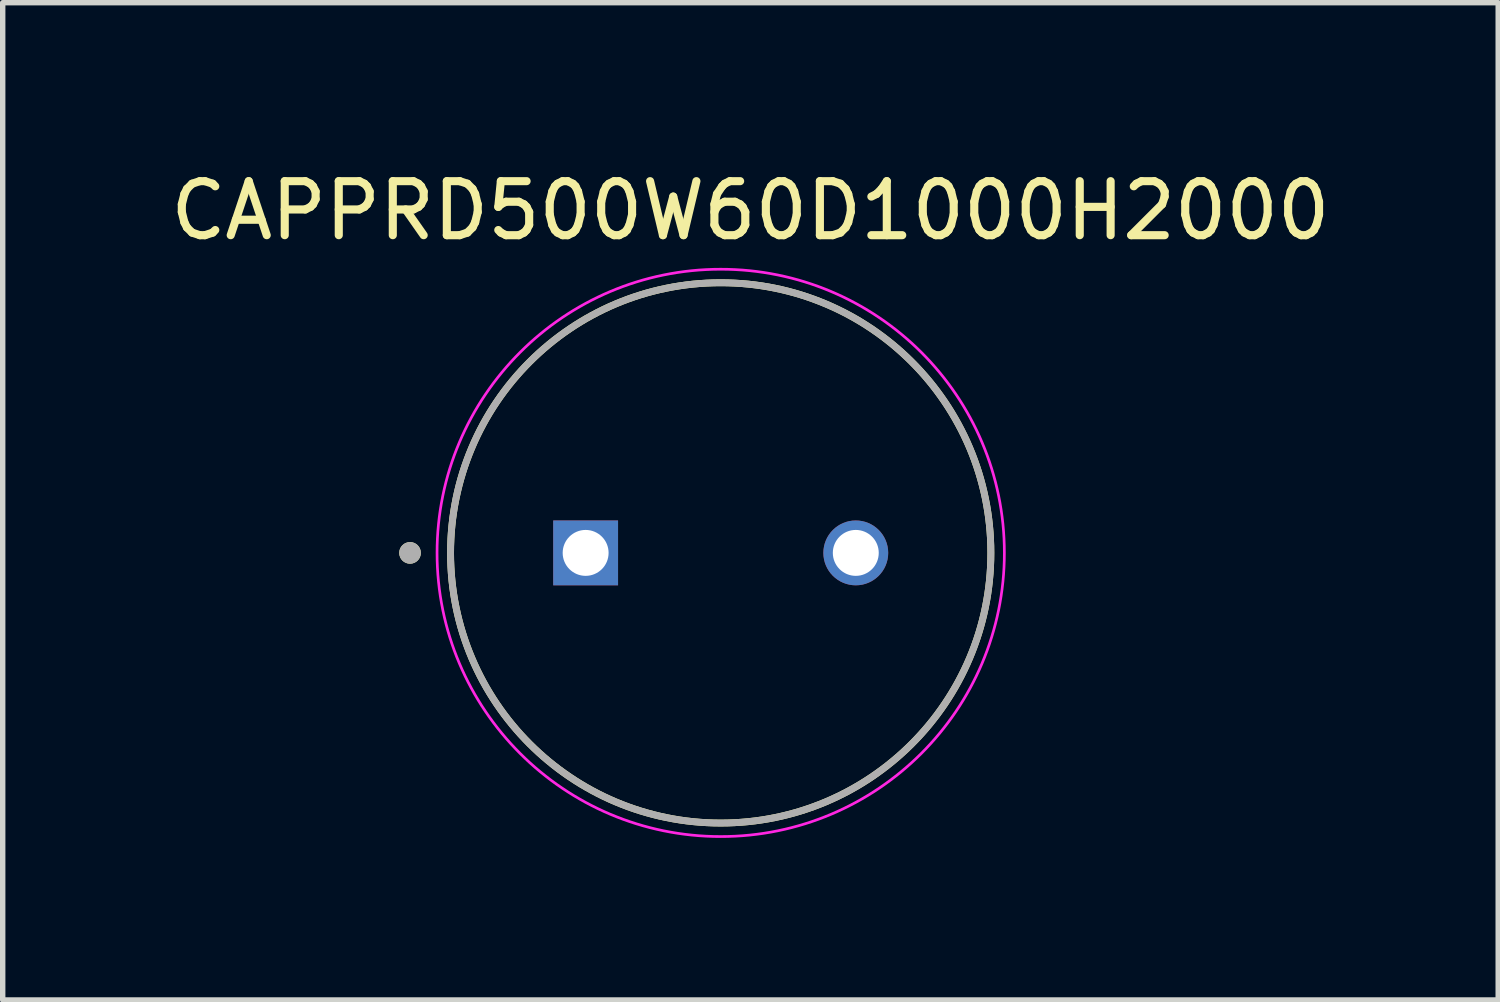
<source format=kicad_pcb>
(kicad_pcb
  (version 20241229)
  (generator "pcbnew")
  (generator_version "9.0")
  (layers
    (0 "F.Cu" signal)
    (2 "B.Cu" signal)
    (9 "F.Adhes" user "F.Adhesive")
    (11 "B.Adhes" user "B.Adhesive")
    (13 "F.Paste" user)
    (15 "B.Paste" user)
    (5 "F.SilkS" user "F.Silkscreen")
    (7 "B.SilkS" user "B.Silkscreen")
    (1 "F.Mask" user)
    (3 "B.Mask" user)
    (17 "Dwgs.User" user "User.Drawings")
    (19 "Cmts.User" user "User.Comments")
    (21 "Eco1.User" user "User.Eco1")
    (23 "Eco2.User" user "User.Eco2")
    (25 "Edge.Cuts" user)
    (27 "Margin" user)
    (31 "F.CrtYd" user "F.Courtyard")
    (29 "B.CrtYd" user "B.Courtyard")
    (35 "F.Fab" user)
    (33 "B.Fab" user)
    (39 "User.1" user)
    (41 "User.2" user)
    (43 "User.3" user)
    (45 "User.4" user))
  (footprint "CAPPRD500W60D1000H2000"
    (layer "F.Cu")
    (at 10.289 7.183)
    (property "Reference" "CAPPRD500W60D1000H2000" (at 0.55 -6.335 0) (layer "F.SilkS") (effects (font (size 1 1) (thickness 0.15))))
    (attr through_hole)
    (fp_circle (center -5.75 0) (end -5.65 0) (stroke (width 0.2) (type solid)) (fill no) (layer "F.SilkS"))
    (fp_circle (center 0 0) (end 5 0) (stroke (width 0.127) (type solid)) (fill no) (layer "F.SilkS"))
    (fp_circle (center 0 0) (end 5.25 0) (stroke (width 0.05) (type solid)) (fill no) (layer "F.CrtYd"))
    (fp_circle (center -5.75 0) (end -5.65 0) (stroke (width 0.2) (type solid)) (fill no) (layer "F.Fab"))
    (fp_circle (center 0 0) (end 5 0) (stroke (width 0.127) (type solid)) (fill no) (layer "F.Fab"))
    (pad "N" thru_hole circle (at 2.5 0) (size 1.2 1.2) (drill 0.85) (layers "*.Cu" "*.Mask"))
    (pad "P" thru_hole rect (at -2.5 0) (size 1.2 1.2) (drill 0.85) (layers "*.Cu" "*.Mask")))
  (gr_rect
    (start -3 -3)
    (end 24.679 15.458)
    (stroke (width 0.1) (type default))
    (fill no)
    (layer "Edge.Cuts")))
</source>
